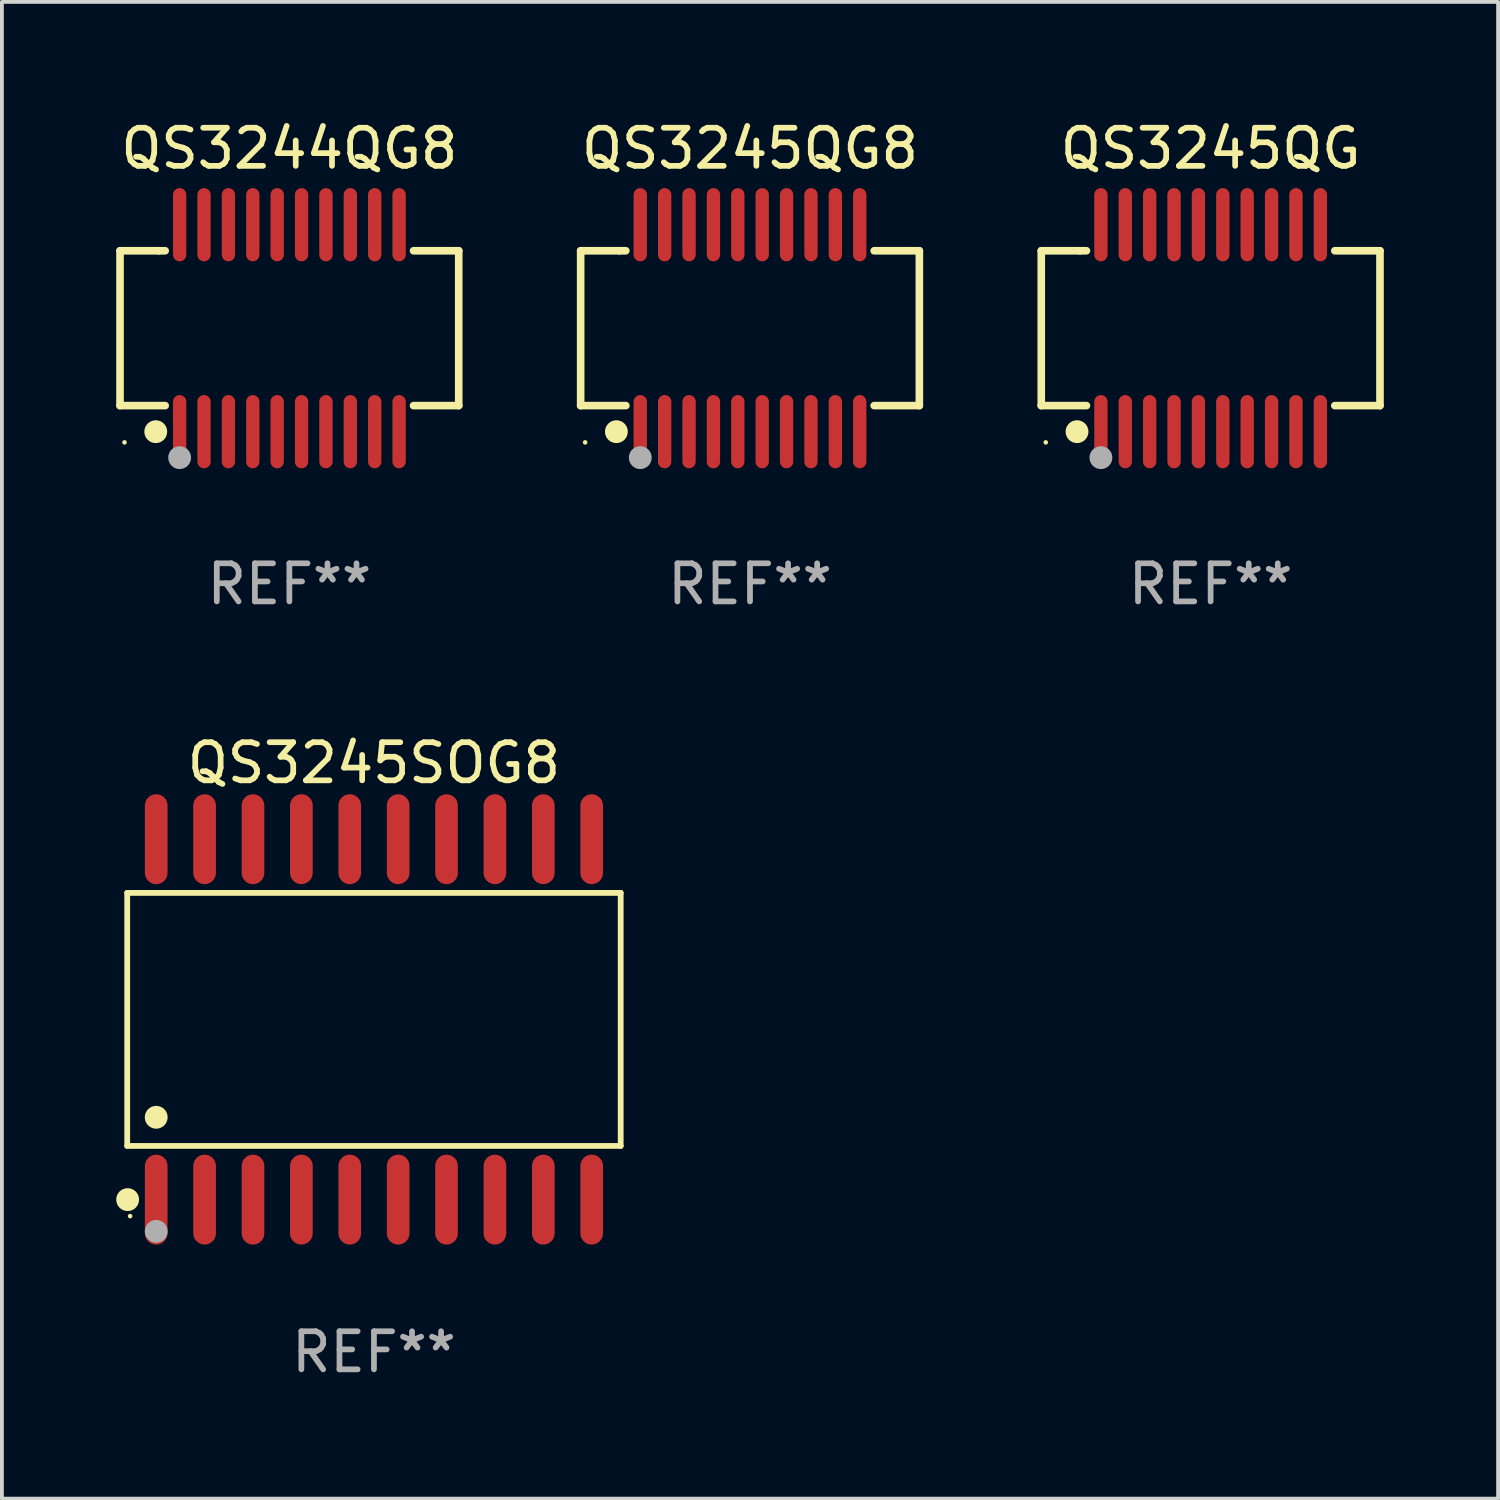
<source format=kicad_pcb>
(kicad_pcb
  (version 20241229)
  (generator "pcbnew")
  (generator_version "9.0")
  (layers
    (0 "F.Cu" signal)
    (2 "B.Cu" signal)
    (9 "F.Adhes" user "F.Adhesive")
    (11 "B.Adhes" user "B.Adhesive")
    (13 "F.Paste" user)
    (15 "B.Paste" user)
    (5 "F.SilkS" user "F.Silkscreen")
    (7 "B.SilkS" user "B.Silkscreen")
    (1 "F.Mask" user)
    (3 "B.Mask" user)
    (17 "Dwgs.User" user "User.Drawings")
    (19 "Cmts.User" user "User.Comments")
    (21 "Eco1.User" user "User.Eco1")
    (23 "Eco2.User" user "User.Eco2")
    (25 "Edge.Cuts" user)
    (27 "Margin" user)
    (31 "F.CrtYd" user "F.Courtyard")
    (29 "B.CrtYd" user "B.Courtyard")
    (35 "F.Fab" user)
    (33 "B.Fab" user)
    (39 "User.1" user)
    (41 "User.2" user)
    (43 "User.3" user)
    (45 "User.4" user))
  (footprint "QS3245SOG8"
    (layer "F.Cu")
    (at 6.765 23.706)
    (property "Reference" "QS3245SOG8" (at 0 -6.73 0) (layer "F.SilkS") (effects (font (size 1 1) (thickness 0.15))))
    (attr through_hole)
    (fp_line (start -6.476 -3.321) (end 6.476 -3.321) (stroke (width 0.152) (type solid)) (layer "F.SilkS"))
    (fp_line (start -6.476 3.321) (end -6.476 -3.321) (stroke (width 0.152) (type solid)) (layer "F.SilkS"))
    (fp_line (start 6.476 -3.321) (end 6.476 3.321) (stroke (width 0.152) (type solid)) (layer "F.SilkS"))
    (fp_line (start 6.476 3.321) (end -6.476 3.321) (stroke (width 0.152) (type solid)) (layer "F.SilkS"))
    (fp_circle (center -6.465 4.73) (end -6.315 4.73) (stroke (width 0.3) (type solid)) (fill no) (layer "F.SilkS"))
    (fp_circle (center -6.4 5.163) (end -6.37 5.163) (stroke (width 0.06) (type solid)) (fill no) (layer "F.SilkS"))
    (fp_circle (center -5.715 2.569) (end -5.565 2.569) (stroke (width 0.3) (type solid)) (fill no) (layer "F.SilkS"))
    (fp_circle (center -5.715 5.563) (end -5.565 5.563) (stroke (width 0.3) (type solid)) (fill no) (layer "F.Fab"))
    (fp_text user "REF**" (at 0 8.73 0) (layer "F.Fab") (effects (font (size 1 1) (thickness 0.15))))
    (pad "1" smd oval (at -5.715 4.73) (size 0.595 2.36) (layers "F.Cu" "F.Mask" "F.Paste"))
    (pad "2" smd oval (at -4.445 4.73) (size 0.595 2.36) (layers "F.Cu" "F.Mask" "F.Paste"))
    (pad "3" smd oval (at -3.175 4.73) (size 0.595 2.36) (layers "F.Cu" "F.Mask" "F.Paste"))
    (pad "4" smd oval (at -1.905 4.73) (size 0.595 2.36) (layers "F.Cu" "F.Mask" "F.Paste"))
    (pad "5" smd oval (at -0.635 4.73) (size 0.595 2.36) (layers "F.Cu" "F.Mask" "F.Paste"))
    (pad "6" smd oval (at 0.635 4.73) (size 0.595 2.36) (layers "F.Cu" "F.Mask" "F.Paste"))
    (pad "7" smd oval (at 1.905 4.73) (size 0.595 2.36) (layers "F.Cu" "F.Mask" "F.Paste"))
    (pad "8" smd oval (at 3.175 4.73) (size 0.595 2.36) (layers "F.Cu" "F.Mask" "F.Paste"))
    (pad "9" smd oval (at 4.445 4.73) (size 0.595 2.36) (layers "F.Cu" "F.Mask" "F.Paste"))
    (pad "10" smd oval (at 5.715 4.73) (size 0.595 2.36) (layers "F.Cu" "F.Mask" "F.Paste"))
    (pad "11" smd oval (at 5.715 -4.73) (size 0.595 2.36) (layers "F.Cu" "F.Mask" "F.Paste"))
    (pad "12" smd oval (at 4.445 -4.73) (size 0.595 2.36) (layers "F.Cu" "F.Mask" "F.Paste"))
    (pad "13" smd oval (at 3.175 -4.73) (size 0.595 2.36) (layers "F.Cu" "F.Mask" "F.Paste"))
    (pad "14" smd oval (at 1.905 -4.73) (size 0.595 2.36) (layers "F.Cu" "F.Mask" "F.Paste"))
    (pad "15" smd oval (at 0.635 -4.73) (size 0.595 2.36) (layers "F.Cu" "F.Mask" "F.Paste"))
    (pad "16" smd oval (at -0.635 -4.73) (size 0.595 2.36) (layers "F.Cu" "F.Mask" "F.Paste"))
    (pad "17" smd oval (at -1.905 -4.73) (size 0.595 2.36) (layers "F.Cu" "F.Mask" "F.Paste"))
    (pad "18" smd oval (at -3.175 -4.73) (size 0.595 2.36) (layers "F.Cu" "F.Mask" "F.Paste"))
    (pad "19" smd oval (at -4.445 -4.73) (size 0.595 2.36) (layers "F.Cu" "F.Mask" "F.Paste"))
    (pad "20" smd oval (at -5.715 -4.73) (size 0.595 2.36) (layers "F.Cu" "F.Mask" "F.Paste")))
  (footprint "QS3244QG8"
    (layer "F.Cu")
    (at 4.545 5.564)
    (property "Reference" "QS3244QG8" (at 0 -4.716 0) (layer "F.SilkS") (effects (font (size 1 1) (thickness 0.15))))
    (attr through_hole)
    (fp_line (start -4.445 -2.032) (end -4.445 2.032) (stroke (width 0.2) (type solid)) (layer "F.SilkS"))
    (fp_line (start -4.445 2.032) (end -3.259 2.032) (stroke (width 0.2) (type solid)) (layer "F.SilkS"))
    (fp_line (start -3.429 -2.032) (end -4.445 -2.032) (stroke (width 0.2) (type solid)) (layer "F.SilkS"))
    (fp_line (start -3.259 -2.032) (end -3.429 -2.032) (stroke (width 0.2) (type solid)) (layer "F.SilkS"))
    (fp_line (start 3.259 2.032) (end 4.445 2.032) (stroke (width 0.2) (type solid)) (layer "F.SilkS"))
    (fp_line (start 4.445 -2.032) (end 3.259 -2.032) (stroke (width 0.2) (type solid)) (layer "F.SilkS"))
    (fp_line (start 4.445 2.032) (end 4.445 -2.032) (stroke (width 0.2) (type solid)) (layer "F.SilkS"))
    (fp_circle (center -4.327 2.997) (end -4.297 2.997) (stroke (width 0.06) (type solid)) (fill no) (layer "F.SilkS"))
    (fp_circle (center -3.507 2.716) (end -3.357 2.716) (stroke (width 0.3) (type solid)) (fill no) (layer "F.SilkS"))
    (fp_circle (center -2.88 3.398) (end -2.73 3.398) (stroke (width 0.3) (type solid)) (fill no) (layer "F.Fab"))
    (fp_text user "REF**" (at 0 6.716 0) (layer "F.Fab") (effects (font (size 1 1) (thickness 0.15))))
    (pad "1" smd oval (at -2.88 2.716) (size 0.35 1.922) (layers "F.Cu" "F.Mask" "F.Paste"))
    (pad "2" smd oval (at -2.24 2.716) (size 0.35 1.922) (layers "F.Cu" "F.Mask" "F.Paste"))
    (pad "3" smd oval (at -1.6 2.716) (size 0.35 1.922) (layers "F.Cu" "F.Mask" "F.Paste"))
    (pad "4" smd oval (at -0.96 2.716) (size 0.35 1.922) (layers "F.Cu" "F.Mask" "F.Paste"))
    (pad "5" smd oval (at -0.32 2.716) (size 0.35 1.922) (layers "F.Cu" "F.Mask" "F.Paste"))
    (pad "6" smd oval (at 0.32 2.716) (size 0.35 1.922) (layers "F.Cu" "F.Mask" "F.Paste"))
    (pad "7" smd oval (at 0.96 2.716) (size 0.35 1.922) (layers "F.Cu" "F.Mask" "F.Paste"))
    (pad "8" smd oval (at 1.6 2.716) (size 0.35 1.922) (layers "F.Cu" "F.Mask" "F.Paste"))
    (pad "9" smd oval (at 2.24 2.716) (size 0.35 1.922) (layers "F.Cu" "F.Mask" "F.Paste"))
    (pad "10" smd oval (at 2.88 2.716) (size 0.35 1.922) (layers "F.Cu" "F.Mask" "F.Paste"))
    (pad "11" smd oval (at 2.88 -2.716) (size 0.35 1.922) (layers "F.Cu" "F.Mask" "F.Paste"))
    (pad "12" smd oval (at 2.24 -2.716) (size 0.35 1.922) (layers "F.Cu" "F.Mask" "F.Paste"))
    (pad "13" smd oval (at 1.6 -2.716) (size 0.35 1.922) (layers "F.Cu" "F.Mask" "F.Paste"))
    (pad "14" smd oval (at 0.96 -2.716) (size 0.35 1.922) (layers "F.Cu" "F.Mask" "F.Paste"))
    (pad "15" smd oval (at 0.32 -2.716) (size 0.35 1.922) (layers "F.Cu" "F.Mask" "F.Paste"))
    (pad "16" smd oval (at -0.32 -2.716) (size 0.35 1.922) (layers "F.Cu" "F.Mask" "F.Paste"))
    (pad "17" smd oval (at -0.96 -2.716) (size 0.35 1.922) (layers "F.Cu" "F.Mask" "F.Paste"))
    (pad "18" smd oval (at -1.6 -2.716) (size 0.35 1.922) (layers "F.Cu" "F.Mask" "F.Paste"))
    (pad "19" smd oval (at -2.24 -2.716) (size 0.35 1.922) (layers "F.Cu" "F.Mask" "F.Paste"))
    (pad "20" smd oval (at -2.88 -2.716) (size 0.35 1.922) (layers "F.Cu" "F.Mask" "F.Paste")))
  (footprint "QS3245QG8"
    (layer "F.Cu")
    (at 16.635 5.564)
    (property "Reference" "QS3245QG8" (at 0 -4.716 0) (layer "F.SilkS") (effects (font (size 1 1) (thickness 0.15))))
    (attr through_hole)
    (fp_line (start -4.445 -2.032) (end -4.445 2.032) (stroke (width 0.2) (type solid)) (layer "F.SilkS"))
    (fp_line (start -4.445 2.032) (end -3.259 2.032) (stroke (width 0.2) (type solid)) (layer "F.SilkS"))
    (fp_line (start -3.429 -2.032) (end -4.445 -2.032) (stroke (width 0.2) (type solid)) (layer "F.SilkS"))
    (fp_line (start -3.259 -2.032) (end -3.429 -2.032) (stroke (width 0.2) (type solid)) (layer "F.SilkS"))
    (fp_line (start 3.259 2.032) (end 4.445 2.032) (stroke (width 0.2) (type solid)) (layer "F.SilkS"))
    (fp_line (start 4.445 -2.032) (end 3.259 -2.032) (stroke (width 0.2) (type solid)) (layer "F.SilkS"))
    (fp_line (start 4.445 2.032) (end 4.445 -2.032) (stroke (width 0.2) (type solid)) (layer "F.SilkS"))
    (fp_circle (center -4.327 2.997) (end -4.297 2.997) (stroke (width 0.06) (type solid)) (fill no) (layer "F.SilkS"))
    (fp_circle (center -3.507 2.716) (end -3.357 2.716) (stroke (width 0.3) (type solid)) (fill no) (layer "F.SilkS"))
    (fp_circle (center -2.88 3.398) (end -2.73 3.398) (stroke (width 0.3) (type solid)) (fill no) (layer "F.Fab"))
    (fp_text user "REF**" (at 0 6.716 0) (layer "F.Fab") (effects (font (size 1 1) (thickness 0.15))))
    (pad "1" smd oval (at -2.88 2.716) (size 0.35 1.922) (layers "F.Cu" "F.Mask" "F.Paste"))
    (pad "2" smd oval (at -2.24 2.716) (size 0.35 1.922) (layers "F.Cu" "F.Mask" "F.Paste"))
    (pad "3" smd oval (at -1.6 2.716) (size 0.35 1.922) (layers "F.Cu" "F.Mask" "F.Paste"))
    (pad "4" smd oval (at -0.96 2.716) (size 0.35 1.922) (layers "F.Cu" "F.Mask" "F.Paste"))
    (pad "5" smd oval (at -0.32 2.716) (size 0.35 1.922) (layers "F.Cu" "F.Mask" "F.Paste"))
    (pad "6" smd oval (at 0.32 2.716) (size 0.35 1.922) (layers "F.Cu" "F.Mask" "F.Paste"))
    (pad "7" smd oval (at 0.96 2.716) (size 0.35 1.922) (layers "F.Cu" "F.Mask" "F.Paste"))
    (pad "8" smd oval (at 1.6 2.716) (size 0.35 1.922) (layers "F.Cu" "F.Mask" "F.Paste"))
    (pad "9" smd oval (at 2.24 2.716) (size 0.35 1.922) (layers "F.Cu" "F.Mask" "F.Paste"))
    (pad "10" smd oval (at 2.88 2.716) (size 0.35 1.922) (layers "F.Cu" "F.Mask" "F.Paste"))
    (pad "11" smd oval (at 2.88 -2.716) (size 0.35 1.922) (layers "F.Cu" "F.Mask" "F.Paste"))
    (pad "12" smd oval (at 2.24 -2.716) (size 0.35 1.922) (layers "F.Cu" "F.Mask" "F.Paste"))
    (pad "13" smd oval (at 1.6 -2.716) (size 0.35 1.922) (layers "F.Cu" "F.Mask" "F.Paste"))
    (pad "14" smd oval (at 0.96 -2.716) (size 0.35 1.922) (layers "F.Cu" "F.Mask" "F.Paste"))
    (pad "15" smd oval (at 0.32 -2.716) (size 0.35 1.922) (layers "F.Cu" "F.Mask" "F.Paste"))
    (pad "16" smd oval (at -0.32 -2.716) (size 0.35 1.922) (layers "F.Cu" "F.Mask" "F.Paste"))
    (pad "17" smd oval (at -0.96 -2.716) (size 0.35 1.922) (layers "F.Cu" "F.Mask" "F.Paste"))
    (pad "18" smd oval (at -1.6 -2.716) (size 0.35 1.922) (layers "F.Cu" "F.Mask" "F.Paste"))
    (pad "19" smd oval (at -2.24 -2.716) (size 0.35 1.922) (layers "F.Cu" "F.Mask" "F.Paste"))
    (pad "20" smd oval (at -2.88 -2.716) (size 0.35 1.922) (layers "F.Cu" "F.Mask" "F.Paste")))
  (footprint "QS3245QG"
    (layer "F.Cu")
    (at 28.725 5.564)
    (property "Reference" "QS3245QG" (at 0 -4.716 0) (layer "F.SilkS") (effects (font (size 1 1) (thickness 0.15))))
    (attr through_hole)
    (fp_line (start -4.445 -2.032) (end -4.445 2.032) (stroke (width 0.2) (type solid)) (layer "F.SilkS"))
    (fp_line (start -4.445 2.032) (end -3.259 2.032) (stroke (width 0.2) (type solid)) (layer "F.SilkS"))
    (fp_line (start -3.429 -2.032) (end -4.445 -2.032) (stroke (width 0.2) (type solid)) (layer "F.SilkS"))
    (fp_line (start -3.259 -2.032) (end -3.429 -2.032) (stroke (width 0.2) (type solid)) (layer "F.SilkS"))
    (fp_line (start 3.259 2.032) (end 4.445 2.032) (stroke (width 0.2) (type solid)) (layer "F.SilkS"))
    (fp_line (start 4.445 -2.032) (end 3.259 -2.032) (stroke (width 0.2) (type solid)) (layer "F.SilkS"))
    (fp_line (start 4.445 2.032) (end 4.445 -2.032) (stroke (width 0.2) (type solid)) (layer "F.SilkS"))
    (fp_circle (center -4.327 2.997) (end -4.297 2.997) (stroke (width 0.06) (type solid)) (fill no) (layer "F.SilkS"))
    (fp_circle (center -3.507 2.716) (end -3.357 2.716) (stroke (width 0.3) (type solid)) (fill no) (layer "F.SilkS"))
    (fp_circle (center -2.88 3.398) (end -2.73 3.398) (stroke (width 0.3) (type solid)) (fill no) (layer "F.Fab"))
    (fp_text user "REF**" (at 0 6.716 0) (layer "F.Fab") (effects (font (size 1 1) (thickness 0.15))))
    (pad "1" smd oval (at -2.88 2.716) (size 0.35 1.922) (layers "F.Cu" "F.Mask" "F.Paste"))
    (pad "2" smd oval (at -2.24 2.716) (size 0.35 1.922) (layers "F.Cu" "F.Mask" "F.Paste"))
    (pad "3" smd oval (at -1.6 2.716) (size 0.35 1.922) (layers "F.Cu" "F.Mask" "F.Paste"))
    (pad "4" smd oval (at -0.96 2.716) (size 0.35 1.922) (layers "F.Cu" "F.Mask" "F.Paste"))
    (pad "5" smd oval (at -0.32 2.716) (size 0.35 1.922) (layers "F.Cu" "F.Mask" "F.Paste"))
    (pad "6" smd oval (at 0.32 2.716) (size 0.35 1.922) (layers "F.Cu" "F.Mask" "F.Paste"))
    (pad "7" smd oval (at 0.96 2.716) (size 0.35 1.922) (layers "F.Cu" "F.Mask" "F.Paste"))
    (pad "8" smd oval (at 1.6 2.716) (size 0.35 1.922) (layers "F.Cu" "F.Mask" "F.Paste"))
    (pad "9" smd oval (at 2.24 2.716) (size 0.35 1.922) (layers "F.Cu" "F.Mask" "F.Paste"))
    (pad "10" smd oval (at 2.88 2.716) (size 0.35 1.922) (layers "F.Cu" "F.Mask" "F.Paste"))
    (pad "11" smd oval (at 2.88 -2.716) (size 0.35 1.922) (layers "F.Cu" "F.Mask" "F.Paste"))
    (pad "12" smd oval (at 2.24 -2.716) (size 0.35 1.922) (layers "F.Cu" "F.Mask" "F.Paste"))
    (pad "13" smd oval (at 1.6 -2.716) (size 0.35 1.922) (layers "F.Cu" "F.Mask" "F.Paste"))
    (pad "14" smd oval (at 0.96 -2.716) (size 0.35 1.922) (layers "F.Cu" "F.Mask" "F.Paste"))
    (pad "15" smd oval (at 0.32 -2.716) (size 0.35 1.922) (layers "F.Cu" "F.Mask" "F.Paste"))
    (pad "16" smd oval (at -0.32 -2.716) (size 0.35 1.922) (layers "F.Cu" "F.Mask" "F.Paste"))
    (pad "17" smd oval (at -0.96 -2.716) (size 0.35 1.922) (layers "F.Cu" "F.Mask" "F.Paste"))
    (pad "18" smd oval (at -1.6 -2.716) (size 0.35 1.922) (layers "F.Cu" "F.Mask" "F.Paste"))
    (pad "19" smd oval (at -2.24 -2.716) (size 0.35 1.922) (layers "F.Cu" "F.Mask" "F.Paste"))
    (pad "20" smd oval (at -2.88 -2.716) (size 0.35 1.922) (layers "F.Cu" "F.Mask" "F.Paste")))
  (gr_rect
    (start -3 -3)
    (end 36.27 36.285)
    (stroke (width 0.1) (type default))
    (fill no)
    (layer "Edge.Cuts")))
</source>
